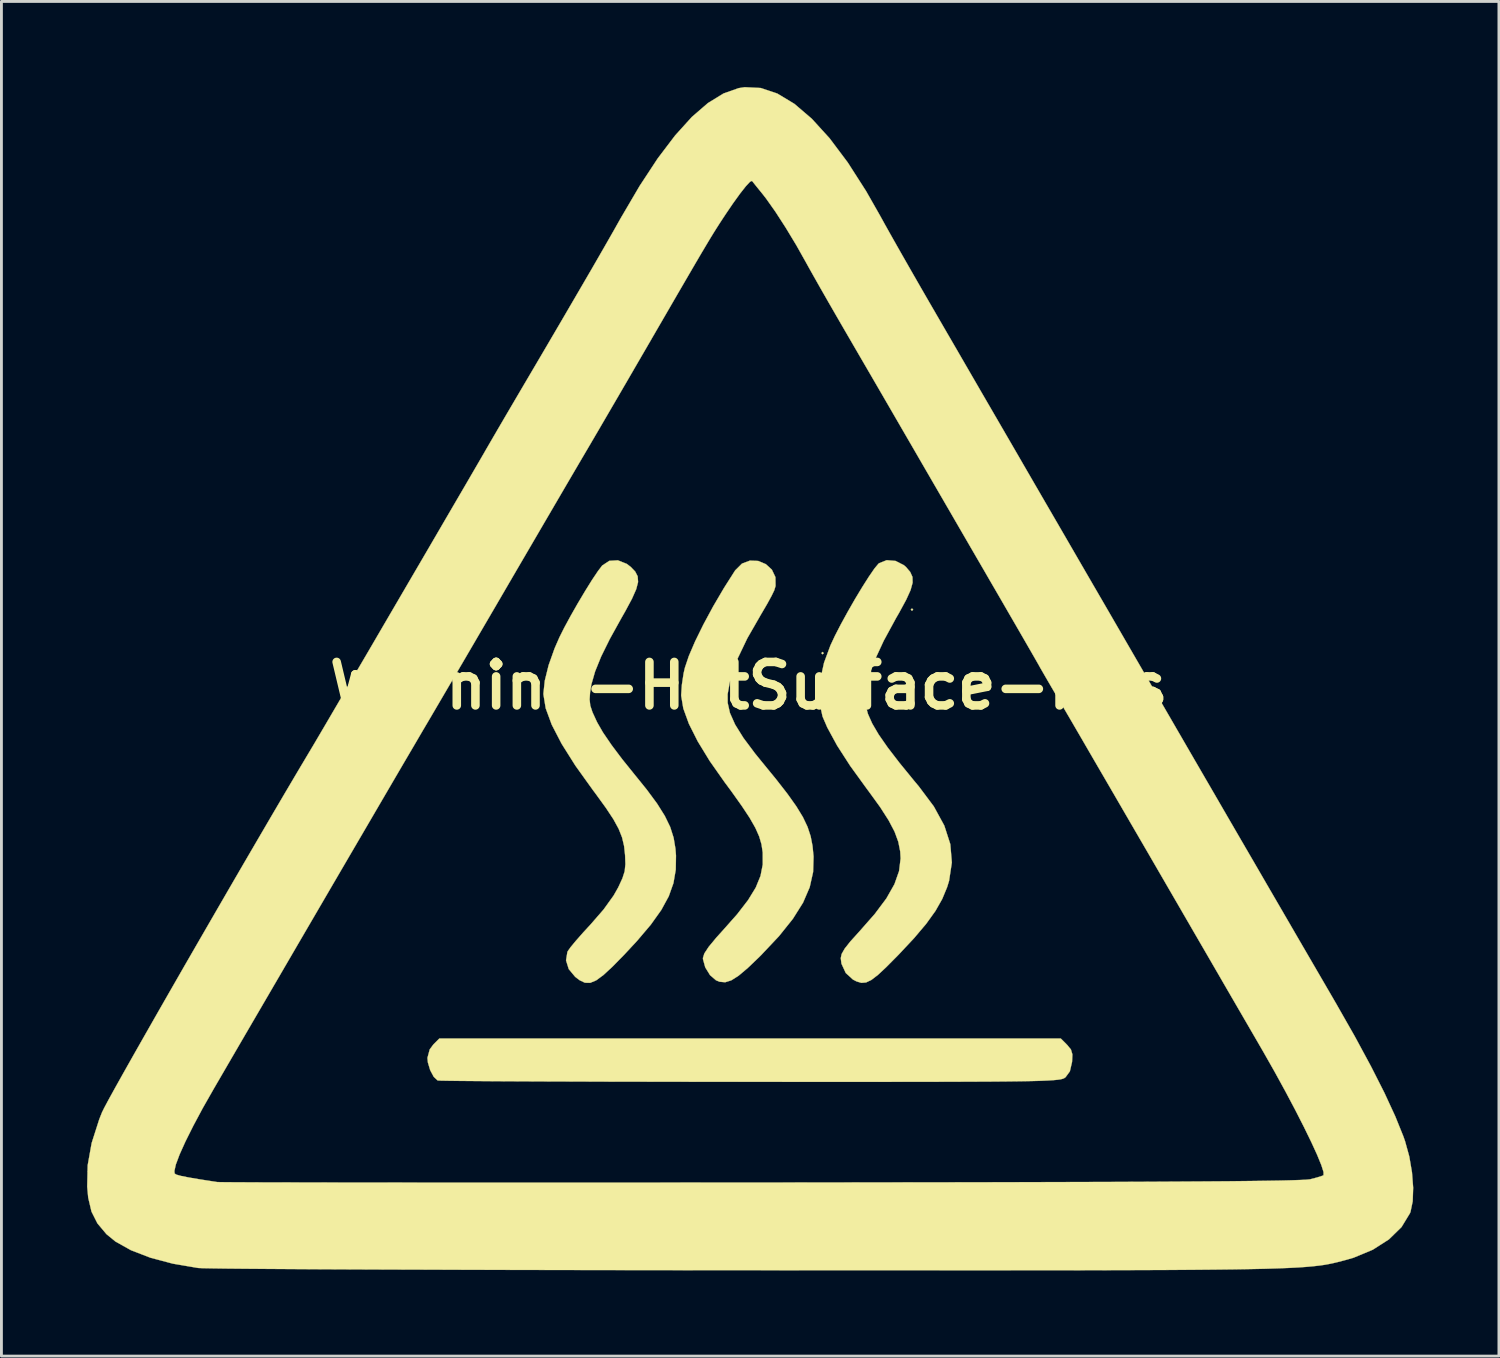
<source format=kicad_pcb>
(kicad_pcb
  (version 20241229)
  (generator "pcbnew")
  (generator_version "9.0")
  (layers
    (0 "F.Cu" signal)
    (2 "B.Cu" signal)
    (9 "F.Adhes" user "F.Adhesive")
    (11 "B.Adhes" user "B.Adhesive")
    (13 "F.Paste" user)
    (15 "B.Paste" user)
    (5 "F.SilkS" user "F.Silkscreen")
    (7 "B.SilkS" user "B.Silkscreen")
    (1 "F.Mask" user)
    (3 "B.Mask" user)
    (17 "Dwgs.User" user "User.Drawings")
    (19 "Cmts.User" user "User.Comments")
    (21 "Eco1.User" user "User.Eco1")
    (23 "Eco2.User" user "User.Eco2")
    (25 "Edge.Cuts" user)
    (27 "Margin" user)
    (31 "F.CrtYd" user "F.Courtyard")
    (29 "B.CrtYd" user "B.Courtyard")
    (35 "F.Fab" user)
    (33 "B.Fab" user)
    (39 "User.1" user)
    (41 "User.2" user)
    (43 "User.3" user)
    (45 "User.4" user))
  (footprint "Warning-HotSurface-Pos"
    (layer "F.Cu")
    (at 23.186 20.975)
    (property "Reference" "Warning-HotSurface-Pos" (at 0 0 0) (layer "F.SilkS") (effects (font (size 1.524 1.524) (thickness 0.3))))
    (attr through_hole)
    (fp_poly (pts (xy 2.625 -1.143) (xy 2.582 -1.101) (xy 2.54 -1.143) (xy 2.582 -1.185) (xy 2.625 -1.143)) (stroke (width 0.01) (type solid)) (fill yes) (layer "F.SilkS"))
    (fp_poly (pts (xy 5.757 -2.667) (xy 5.715 -2.625) (xy 5.673 -2.667) (xy 5.715 -2.709) (xy 5.757 -2.667)) (stroke (width 0.01) (type solid)) (fill yes) (layer "F.SilkS"))
    (fp_poly (pts (xy 11.148 12.579) (xy 11.284 12.743) (xy 11.335 12.915) (xy 11.324 13.17) (xy 11.322 13.186) (xy 11.247 13.509) (xy 11.096 13.715) (xy 11.079 13.728) (xy 11.044 13.751) (xy 10.995 13.771) (xy 10.923 13.789) (xy 10.819 13.804) (xy 10.674 13.818) (xy 10.479 13.83) (xy 10.227 13.841) (xy 9.907 13.85) (xy 9.512 13.857) (xy 9.032 13.863) (xy 8.458 13.868) (xy 7.783 13.871) (xy 6.996 13.874) (xy 6.09 13.876) (xy 5.056 13.877) (xy 3.884 13.878) (xy 2.566 13.878) (xy 1.093 13.877) (xy 0.042 13.877) (xy -1.3 13.876) (xy -2.596 13.874) (xy -3.835 13.872) (xy -5.008 13.87) (xy -6.105 13.866) (xy -7.115 13.863) (xy -8.027 13.859) (xy -8.833 13.855) (xy -9.521 13.85) (xy -10.082 13.845) (xy -10.506 13.84) (xy -10.781 13.835) (xy -10.899 13.829) (xy -10.903 13.829) (xy -11.041 13.7) (xy -11.165 13.467) (xy -11.246 13.195) (xy -11.261 13.039) (xy -11.181 12.741) (xy -11.053 12.569) (xy -10.845 12.361) (xy 10.93 12.361) (xy 11.148 12.579)) (stroke (width 0.01) (type solid)) (fill yes) (layer "F.SilkS"))
    (fp_poly (pts (xy 5.139 -4.373) (xy 5.433 -4.223) (xy 5.51 -4.155) (xy 5.654 -3.985) (xy 5.732 -3.812) (xy 5.737 -3.609) (xy 5.666 -3.351) (xy 5.512 -3.013) (xy 5.272 -2.57) (xy 5.151 -2.36) (xy 4.726 -1.578) (xy 4.402 -0.879) (xy 4.184 -0.277) (xy 4.076 0.22) (xy 4.065 0.405) (xy 4.09 0.689) (xy 4.173 0.99) (xy 4.322 1.324) (xy 4.547 1.708) (xy 4.86 2.158) (xy 5.269 2.691) (xy 5.784 3.322) (xy 5.952 3.523) (xy 6.48 4.228) (xy 6.848 4.901) (xy 7.058 5.552) (xy 7.112 6.193) (xy 7.015 6.834) (xy 6.947 7.056) (xy 6.775 7.471) (xy 6.537 7.89) (xy 6.214 8.339) (xy 5.791 8.84) (xy 5.251 9.417) (xy 5.207 9.462) (xy 4.819 9.853) (xy 4.522 10.131) (xy 4.291 10.308) (xy 4.105 10.396) (xy 3.941 10.409) (xy 3.774 10.359) (xy 3.65 10.296) (xy 3.395 10.064) (xy 3.245 9.739) (xy 3.22 9.544) (xy 3.251 9.398) (xy 3.358 9.21) (xy 3.559 8.956) (xy 3.866 8.616) (xy 4.41 7.998) (xy 4.819 7.451) (xy 5.1 6.955) (xy 5.263 6.494) (xy 5.317 6.05) (xy 5.303 5.805) (xy 5.236 5.467) (xy 5.106 5.113) (xy 4.899 4.718) (xy 4.603 4.256) (xy 4.203 3.704) (xy 4.124 3.598) (xy 3.552 2.808) (xy 3.09 2.091) (xy 2.747 1.46) (xy 2.582 1.078) (xy 2.462 0.526) (xy 2.48 -0.106) (xy 2.634 -0.806) (xy 2.858 -1.412) (xy 3.017 -1.752) (xy 3.226 -2.157) (xy 3.467 -2.596) (xy 3.722 -3.041) (xy 3.975 -3.46) (xy 4.207 -3.825) (xy 4.4 -4.106) (xy 4.538 -4.272) (xy 4.56 -4.291) (xy 4.83 -4.399) (xy 5.139 -4.373)) (stroke (width 0.01) (type solid)) (fill yes) (layer "F.SilkS"))
    (fp_poly (pts (xy 0.328 -4.372) (xy 0.595 -4.26) (xy 0.807 -4.066) (xy 0.931 -3.805) (xy 0.935 -3.494) (xy 0.89 -3.344) (xy 0.795 -3.148) (xy 0.641 -2.866) (xy 0.459 -2.555) (xy 0.438 -2.52) (xy -0.053 -1.665) (xy -0.413 -0.913) (xy -0.643 -0.26) (xy -0.744 0.296) (xy -0.742 0.601) (xy -0.662 0.955) (xy -0.482 1.359) (xy -0.19 1.828) (xy 0.221 2.378) (xy 0.446 2.655) (xy 0.95 3.271) (xy 1.352 3.787) (xy 1.662 4.223) (xy 1.893 4.601) (xy 2.056 4.944) (xy 2.165 5.274) (xy 2.231 5.613) (xy 2.267 5.984) (xy 2.267 5.984) (xy 2.251 6.525) (xy 2.132 7.058) (xy 1.899 7.599) (xy 1.543 8.165) (xy 1.056 8.773) (xy 0.428 9.439) (xy 0.365 9.502) (xy -0.04 9.89) (xy -0.36 10.159) (xy -0.615 10.321) (xy -0.829 10.388) (xy -1.023 10.371) (xy -1.15 10.32) (xy -1.36 10.139) (xy -1.528 9.866) (xy -1.607 9.578) (xy -1.609 9.539) (xy -1.56 9.381) (xy -1.408 9.149) (xy -1.143 8.828) (xy -0.917 8.578) (xy -0.41 8.006) (xy -0.028 7.511) (xy 0.241 7.072) (xy 0.409 6.663) (xy 0.487 6.264) (xy 0.486 5.851) (xy 0.484 5.83) (xy 0.443 5.555) (xy 0.362 5.279) (xy 0.228 4.978) (xy 0.029 4.629) (xy -0.248 4.21) (xy -0.614 3.696) (xy -0.851 3.376) (xy -1.371 2.636) (xy -1.79 1.95) (xy -2.101 1.332) (xy -2.296 0.796) (xy -2.37 0.354) (xy -2.371 0.322) (xy -2.347 -0.031) (xy -2.287 -0.428) (xy -2.241 -0.63) (xy -2.103 -1.041) (xy -1.881 -1.558) (xy -1.591 -2.148) (xy -1.25 -2.78) (xy -0.873 -3.423) (xy -0.479 -4.042) (xy -0.241 -4.279) (xy 0.038 -4.384) (xy 0.328 -4.372)) (stroke (width 0.01) (type solid)) (fill yes) (layer "F.SilkS"))
    (fp_poly (pts (xy -4.276 -4.269) (xy -4.136 -4.162) (xy -3.981 -4) (xy -3.895 -3.833) (xy -3.881 -3.635) (xy -3.946 -3.383) (xy -4.093 -3.051) (xy -4.327 -2.615) (xy -4.471 -2.362) (xy -4.872 -1.638) (xy -5.174 -1.026) (xy -5.386 -0.503) (xy -5.516 -0.051) (xy -5.563 0.235) (xy -5.579 0.483) (xy -5.556 0.694) (xy -5.479 0.927) (xy -5.335 1.24) (xy -5.309 1.293) (xy -5.11 1.638) (xy -4.812 2.075) (xy -4.436 2.575) (xy -4.055 3.048) (xy -3.581 3.634) (xy -3.215 4.129) (xy -2.945 4.559) (xy -2.756 4.948) (xy -2.636 5.325) (xy -2.571 5.713) (xy -2.553 5.95) (xy -2.561 6.446) (xy -2.642 6.915) (xy -2.806 7.376) (xy -3.066 7.853) (xy -3.433 8.368) (xy -3.919 8.941) (xy -4.365 9.421) (xy -4.774 9.838) (xy -5.095 10.135) (xy -5.349 10.322) (xy -5.559 10.409) (xy -5.744 10.405) (xy -5.926 10.319) (xy -6.083 10.2) (xy -6.31 9.927) (xy -6.405 9.621) (xy -6.357 9.326) (xy -6.342 9.297) (xy -6.245 9.159) (xy -6.057 8.932) (xy -5.807 8.648) (xy -5.545 8.364) (xy -5.089 7.839) (xy -4.739 7.352) (xy -4.576 7.065) (xy -4.429 6.746) (xy -4.35 6.5) (xy -4.325 6.251) (xy -4.336 5.94) (xy -4.371 5.615) (xy -4.441 5.316) (xy -4.561 5.013) (xy -4.745 4.677) (xy -5.008 4.279) (xy -5.364 3.788) (xy -5.459 3.661) (xy -6.077 2.799) (xy -6.559 2.034) (xy -6.905 1.366) (xy -7.117 0.791) (xy -7.196 0.309) (xy -7.197 0.269) (xy -7.149 -0.179) (xy -7.015 -0.72) (xy -6.806 -1.308) (xy -6.638 -1.693) (xy -6.463 -2.043) (xy -6.239 -2.455) (xy -5.989 -2.894) (xy -5.732 -3.325) (xy -5.491 -3.712) (xy -5.285 -4.019) (xy -5.138 -4.212) (xy -4.888 -4.376) (xy -4.589 -4.394) (xy -4.276 -4.269)) (stroke (width 0.01) (type solid)) (fill yes) (layer "F.SilkS"))
    (fp_poly (pts (xy 0.417 -20.942) (xy 0.998 -20.747) (xy 1.595 -20.387) (xy 2.206 -19.864) (xy 2.83 -19.179) (xy 3.464 -18.334) (xy 4.107 -17.33) (xy 4.587 -16.487) (xy 4.772 -16.152) (xy 5.025 -15.701) (xy 5.327 -15.168) (xy 5.661 -14.583) (xy 6.008 -13.978) (xy 6.306 -13.462) (xy 6.546 -13.048) (xy 6.861 -12.504) (xy 7.242 -11.848) (xy 7.678 -11.095) (xy 8.16 -10.263) (xy 8.679 -9.369) (xy 9.224 -8.43) (xy 9.785 -7.461) (xy 10.353 -6.481) (xy 10.896 -5.546) (xy 11.443 -4.602) (xy 11.979 -3.677) (xy 12.497 -2.785) (xy 12.987 -1.939) (xy 13.441 -1.155) (xy 13.852 -0.446) (xy 14.212 0.175) (xy 14.513 0.694) (xy 14.746 1.096) (xy 14.903 1.367) (xy 14.92 1.397) (xy 15.155 1.802) (xy 15.463 2.334) (xy 15.833 2.972) (xy 16.255 3.698) (xy 16.715 4.492) (xy 17.203 5.333) (xy 17.708 6.201) (xy 18.217 7.079) (xy 18.72 7.944) (xy 19.204 8.778) (xy 19.66 9.562) (xy 20.074 10.274) (xy 20.436 10.896) (xy 20.591 11.164) (xy 21.235 12.295) (xy 21.795 13.332) (xy 22.268 14.265) (xy 22.647 15.085) (xy 22.929 15.783) (xy 22.991 15.96) (xy 23.138 16.492) (xy 23.233 17.049) (xy 23.274 17.587) (xy 23.258 18.063) (xy 23.181 18.433) (xy 23.162 18.48) (xy 22.866 18.966) (xy 22.425 19.397) (xy 21.859 19.759) (xy 21.188 20.038) (xy 20.934 20.112) (xy 20.78 20.153) (xy 20.633 20.191) (xy 20.487 20.226) (xy 20.335 20.258) (xy 20.171 20.288) (xy 19.987 20.314) (xy 19.776 20.338) (xy 19.533 20.36) (xy 19.249 20.38) (xy 18.917 20.397) (xy 18.532 20.412) (xy 18.086 20.426) (xy 17.572 20.437) (xy 16.983 20.447) (xy 16.313 20.455) (xy 15.554 20.462) (xy 14.7 20.468) (xy 13.743 20.472) (xy 12.678 20.475) (xy 11.496 20.478) (xy 10.191 20.479) (xy 8.756 20.48) (xy 7.185 20.48) (xy 5.47 20.479) (xy 3.605 20.479) (xy 1.582 20.478) (xy 0 20.477) (xy -1.778 20.476) (xy -3.514 20.474) (xy -5.202 20.472) (xy -6.834 20.469) (xy -8.401 20.466) (xy -9.895 20.462) (xy -11.309 20.457) (xy -12.635 20.453) (xy -13.864 20.448) (xy -14.99 20.443) (xy -16.003 20.437) (xy -16.896 20.431) (xy -17.662 20.425) (xy -18.292 20.419) (xy -18.778 20.412) (xy -19.112 20.406) (xy -19.287 20.399) (xy -19.304 20.397) (xy -20.182 20.247) (xy -20.969 20.038) (xy -21.646 19.777) (xy -22.192 19.471) (xy -22.507 19.213) (xy -22.823 18.836) (xy -23.03 18.425) (xy -23.146 17.934) (xy -23.181 17.555) (xy -23.169 17.009) (xy -20.128 17.009) (xy -20.115 17.092) (xy -20.052 17.13) (xy -19.894 17.174) (xy -19.623 17.228) (xy -19.222 17.296) (xy -18.672 17.381) (xy -18.627 17.388) (xy -18.523 17.391) (xy -18.258 17.394) (xy -17.839 17.396) (xy -17.274 17.399) (xy -16.57 17.401) (xy -15.735 17.402) (xy -14.778 17.404) (xy -13.705 17.405) (xy -12.524 17.406) (xy -11.244 17.407) (xy -9.871 17.408) (xy -8.414 17.408) (xy -6.88 17.408) (xy -5.277 17.408) (xy -3.613 17.407) (xy -1.895 17.406) (xy -0.131 17.405) (xy 0.423 17.405) (xy 2.66 17.403) (xy 4.733 17.4) (xy 6.646 17.398) (xy 8.405 17.395) (xy 10.015 17.391) (xy 11.48 17.387) (xy 12.807 17.383) (xy 13.999 17.378) (xy 15.062 17.372) (xy 16.001 17.366) (xy 16.82 17.36) (xy 17.526 17.352) (xy 18.123 17.344) (xy 18.616 17.336) (xy 19.009 17.326) (xy 19.309 17.316) (xy 19.52 17.306) (xy 19.647 17.294) (xy 19.678 17.288) (xy 19.924 17.223) (xy 20.093 17.168) (xy 20.134 17.148) (xy 20.134 17.036) (xy 20.057 16.794) (xy 19.912 16.439) (xy 19.705 15.987) (xy 19.445 15.454) (xy 19.141 14.858) (xy 18.8 14.215) (xy 18.43 13.54) (xy 18.04 12.852) (xy 17.948 12.693) (xy 17.595 12.084) (xy 17.191 11.388) (xy 16.772 10.666) (xy 16.372 9.975) (xy 16.074 9.461) (xy 15.602 8.648) (xy 15.071 7.731) (xy 14.505 6.755) (xy 13.928 5.76) (xy 13.364 4.79) (xy 12.84 3.887) (xy 12.426 3.175) (xy 12.175 2.744) (xy 11.922 2.308) (xy 11.696 1.918) (xy 11.524 1.622) (xy 11.516 1.609) (xy 11.322 1.275) (xy 11.084 0.868) (xy 10.844 0.46) (xy 10.772 0.339) (xy 10.564 -0.016) (xy 10.366 -0.357) (xy 10.208 -0.631) (xy 10.159 -0.72) (xy 10.075 -0.867) (xy 9.917 -1.143) (xy 9.694 -1.529) (xy 9.418 -2.007) (xy 9.098 -2.56) (xy 8.745 -3.17) (xy 8.369 -3.817) (xy 8.276 -3.979) (xy 7.845 -4.721) (xy 7.391 -5.504) (xy 6.932 -6.296) (xy 6.487 -7.063) (xy 6.074 -7.775) (xy 5.713 -8.399) (xy 5.477 -8.805) (xy 5.103 -9.45) (xy 4.688 -10.166) (xy 4.26 -10.903) (xy 3.849 -11.609) (xy 3.485 -12.236) (xy 3.387 -12.404) (xy 3.079 -12.936) (xy 2.775 -13.464) (xy 2.494 -13.955) (xy 2.256 -14.376) (xy 2.077 -14.695) (xy 2.034 -14.774) (xy 1.669 -15.424) (xy 1.293 -16.047) (xy 0.931 -16.607) (xy 0.606 -17.067) (xy 0.479 -17.23) (xy 0.298 -17.453) (xy 0.165 -17.619) (xy 0.11 -17.688) (xy 0.041 -17.657) (xy -0.104 -17.502) (xy -0.309 -17.242) (xy -0.559 -16.895) (xy -0.792 -16.552) (xy -0.913 -16.369) (xy -1.023 -16.201) (xy -1.129 -16.035) (xy -1.242 -15.855) (xy -1.369 -15.647) (xy -1.519 -15.396) (xy -1.702 -15.088) (xy -1.925 -14.707) (xy -2.197 -14.24) (xy -2.528 -13.671) (xy -2.925 -12.986) (xy -3.398 -12.17) (xy -3.434 -12.107) (xy -3.828 -11.429) (xy -4.223 -10.748) (xy -4.606 -10.09) (xy -4.961 -9.481) (xy -5.273 -8.946) (xy -5.527 -8.512) (xy -5.678 -8.255) (xy -5.855 -7.954) (xy -6.105 -7.528) (xy -6.417 -6.995) (xy -6.778 -6.377) (xy -7.177 -5.694) (xy -7.602 -4.966) (xy -8.042 -4.213) (xy -8.425 -3.556) (xy -8.869 -2.794) (xy -9.312 -2.036) (xy -9.74 -1.303) (xy -10.142 -0.615) (xy -10.506 0.006) (xy -10.819 0.541) (xy -11.069 0.967) (xy -11.222 1.228) (xy -11.425 1.572) (xy -11.704 2.049) (xy -12.054 2.645) (xy -12.465 3.348) (xy -12.93 4.144) (xy -13.441 5.019) (xy -13.991 5.96) (xy -14.572 6.955) (xy -15.175 7.989) (xy -15.793 9.048) (xy -16.418 10.121) (xy -17.043 11.193) (xy -17.66 12.251) (xy -18.26 13.282) (xy -18.746 14.118) (xy -19.133 14.798) (xy -19.465 15.419) (xy -19.738 15.965) (xy -19.944 16.422) (xy -20.076 16.775) (xy -20.128 17.009) (xy -23.169 17.009) (xy -23.164 16.8) (xy -23.025 16.022) (xy -22.758 15.188) (xy -22.661 14.944) (xy -22.585 14.789) (xy -22.431 14.501) (xy -22.206 14.093) (xy -21.918 13.578) (xy -21.574 12.968) (xy -21.182 12.278) (xy -20.749 11.518) (xy -20.283 10.704) (xy -19.791 9.847) (xy -19.28 8.961) (xy -18.758 8.058) (xy -18.233 7.151) (xy -17.712 6.254) (xy -17.202 5.38) (xy -16.711 4.54) (xy -16.247 3.75) (xy -15.816 3.02) (xy -15.426 2.365) (xy -15.278 2.117) (xy -15.178 1.948) (xy -15.002 1.649) (xy -14.759 1.235) (xy -14.458 0.721) (xy -14.108 0.123) (xy -13.719 -0.543) (xy -13.298 -1.261) (xy -12.857 -2.017) (xy -12.403 -2.794) (xy -11.946 -3.577) (xy -11.494 -4.35) (xy -11.058 -5.097) (xy -10.646 -5.804) (xy -10.267 -6.454) (xy -9.93 -7.031) (xy -9.645 -7.521) (xy -9.42 -7.908) (xy -9.265 -8.175) (xy -9.244 -8.213) (xy -9.044 -8.558) (xy -8.784 -9.005) (xy -8.487 -9.513) (xy -8.18 -10.036) (xy -7.958 -10.414) (xy -7.223 -11.663) (xy -6.572 -12.773) (xy -6.002 -13.75) (xy -5.508 -14.598) (xy -5.089 -15.325) (xy -4.74 -15.935) (xy -4.488 -16.383) (xy -3.826 -17.511) (xy -3.192 -18.476) (xy -2.583 -19.279) (xy -1.999 -19.925) (xy -1.434 -20.414) (xy -0.888 -20.75) (xy -0.358 -20.937) (xy -0.146 -20.97) (xy 0.417 -20.942)) (stroke (width 0.01) (type solid)) (fill yes) (layer "F.SilkS")))
  (gr_rect
    (start -3 -3)
    (end 49.465 44.46)
    (stroke (width 0.1) (type default))
    (fill no)
    (layer "Edge.Cuts")))
</source>
